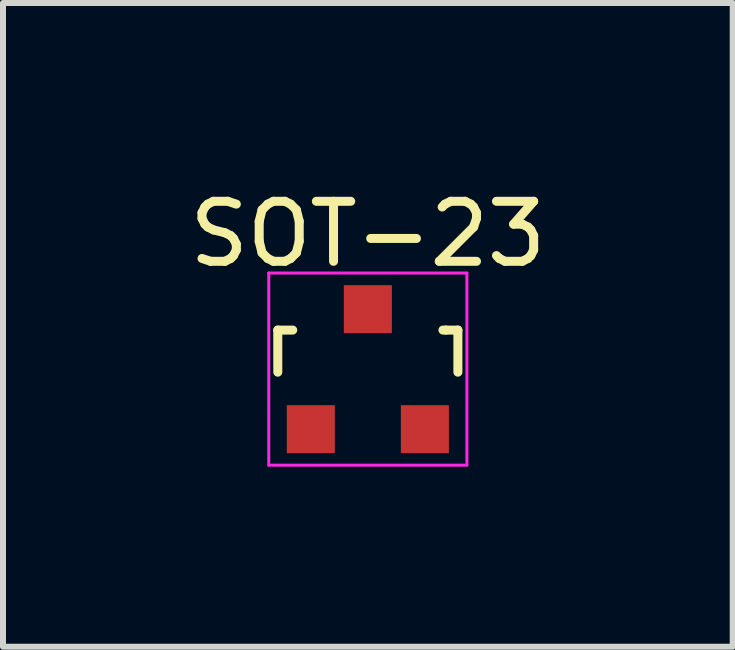
<source format=kicad_pcb>
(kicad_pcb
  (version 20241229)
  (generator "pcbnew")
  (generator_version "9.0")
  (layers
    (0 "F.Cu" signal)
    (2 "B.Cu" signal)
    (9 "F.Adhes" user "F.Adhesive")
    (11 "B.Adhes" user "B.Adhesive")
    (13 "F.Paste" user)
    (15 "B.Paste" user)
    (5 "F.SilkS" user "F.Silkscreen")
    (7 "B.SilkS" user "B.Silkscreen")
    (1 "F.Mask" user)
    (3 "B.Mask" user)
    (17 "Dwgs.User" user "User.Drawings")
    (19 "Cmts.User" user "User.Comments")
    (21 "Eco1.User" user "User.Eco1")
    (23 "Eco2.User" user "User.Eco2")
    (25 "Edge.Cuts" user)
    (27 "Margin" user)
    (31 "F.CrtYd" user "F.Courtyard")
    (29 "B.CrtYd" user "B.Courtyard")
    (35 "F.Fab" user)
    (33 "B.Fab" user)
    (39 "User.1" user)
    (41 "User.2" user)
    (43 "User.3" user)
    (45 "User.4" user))
  (footprint "SOT-23"
    (layer "F.Cu")
    (at 3.077 3.098)
    (property "Reference" "SOT-23" (at 0 -2.25 0) (layer "F.SilkS") (effects (font (size 1 1) (thickness 0.15))))
    (attr smd)
    (fp_line (start -1.5 -0.65) (end -1.251 -0.65) (stroke (width 0.15) (type solid)) (layer "F.SilkS"))
    (fp_line (start -1.5 0.051) (end -1.5 -0.65) (stroke (width 0.15) (type solid)) (layer "F.SilkS"))
    (fp_line (start 1.299 -0.65) (end 1.251 -0.65) (stroke (width 0.15) (type solid)) (layer "F.SilkS"))
    (fp_line (start 1.299 -0.65) (end 1.5 -0.65) (stroke (width 0.15) (type solid)) (layer "F.SilkS"))
    (fp_line (start 1.5 -0.65) (end 1.5 0.051) (stroke (width 0.15) (type solid)) (layer "F.SilkS"))
    (fp_line (start -1.65 -1.6) (end 1.65 -1.6) (stroke (width 0.05) (type solid)) (layer "F.CrtYd"))
    (fp_line (start -1.65 1.6) (end -1.65 -1.6) (stroke (width 0.05) (type solid)) (layer "F.CrtYd"))
    (fp_line (start 1.65 -1.6) (end 1.65 1.6) (stroke (width 0.05) (type solid)) (layer "F.CrtYd"))
    (fp_line (start 1.65 1.6) (end -1.65 1.6) (stroke (width 0.05) (type solid)) (layer "F.CrtYd"))
    (pad "1" smd rect (at 0.95 1.001) (size 0.8 0.8) (layers "F.Cu" "F.Mask" "F.Paste"))
    (pad "2" smd rect (at -0.95 1.001) (size 0.8 0.8) (layers "F.Cu" "F.Mask" "F.Paste"))
    (pad "3" smd rect (at 0 -0.998) (size 0.8 0.8) (layers "F.Cu" "F.Mask" "F.Paste")))
  (gr_rect
    (start -3 -3)
    (end 9.155 7.723)
    (stroke (width 0.1) (type default))
    (fill no)
    (layer "Edge.Cuts")))
</source>
